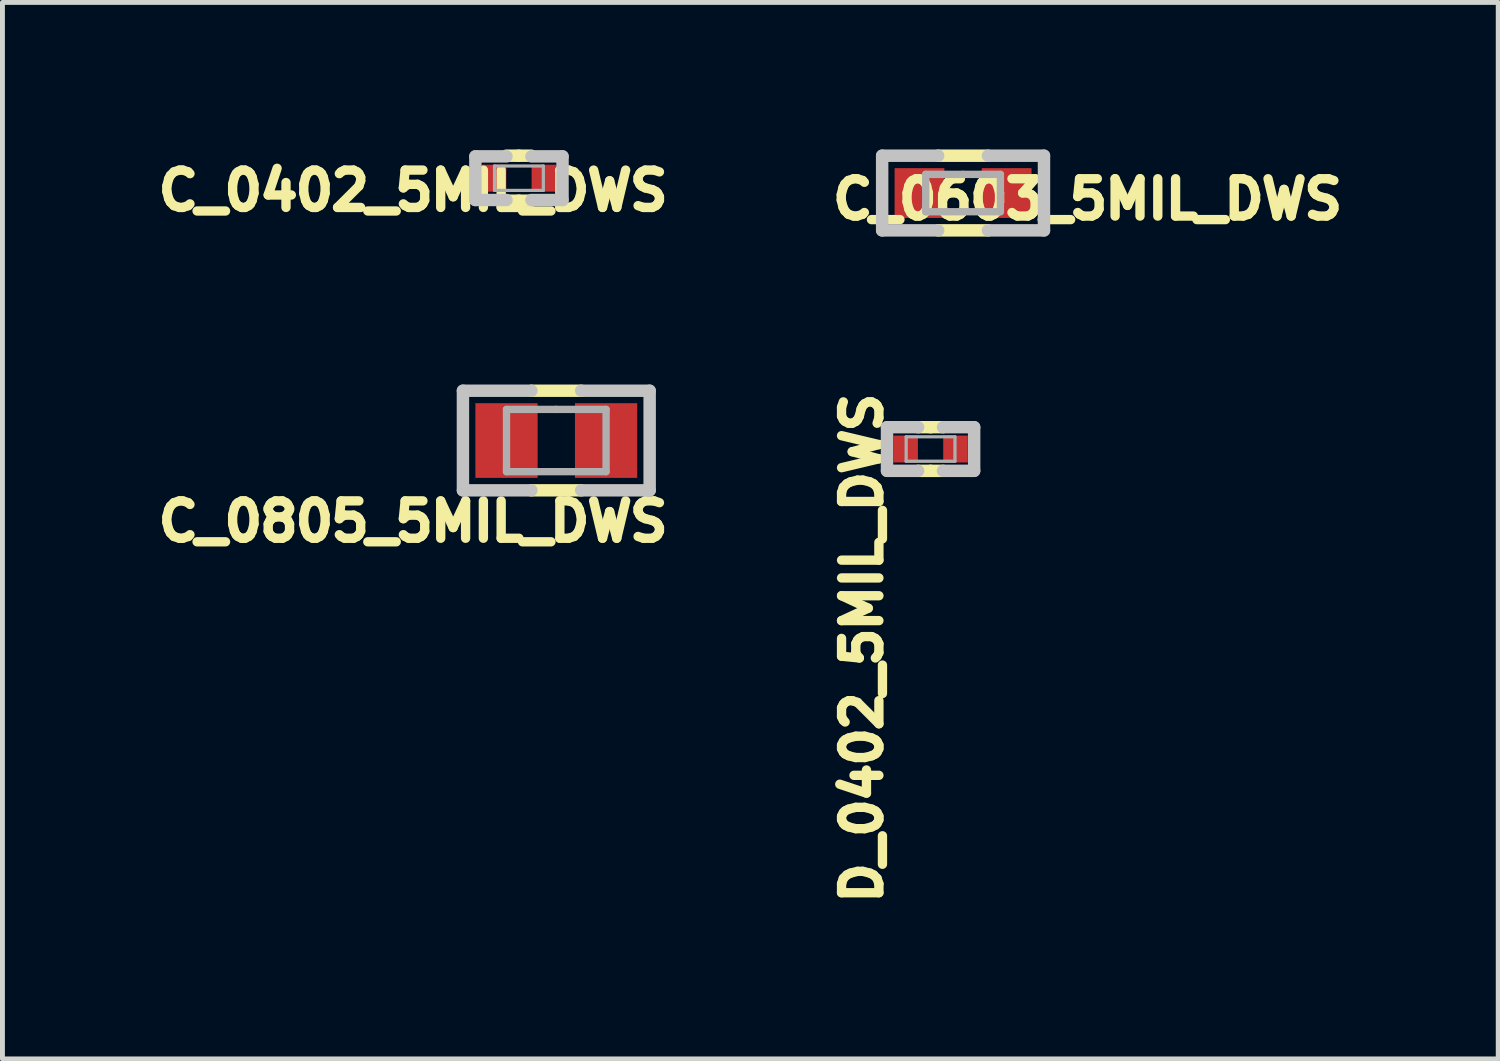
<source format=kicad_pcb>
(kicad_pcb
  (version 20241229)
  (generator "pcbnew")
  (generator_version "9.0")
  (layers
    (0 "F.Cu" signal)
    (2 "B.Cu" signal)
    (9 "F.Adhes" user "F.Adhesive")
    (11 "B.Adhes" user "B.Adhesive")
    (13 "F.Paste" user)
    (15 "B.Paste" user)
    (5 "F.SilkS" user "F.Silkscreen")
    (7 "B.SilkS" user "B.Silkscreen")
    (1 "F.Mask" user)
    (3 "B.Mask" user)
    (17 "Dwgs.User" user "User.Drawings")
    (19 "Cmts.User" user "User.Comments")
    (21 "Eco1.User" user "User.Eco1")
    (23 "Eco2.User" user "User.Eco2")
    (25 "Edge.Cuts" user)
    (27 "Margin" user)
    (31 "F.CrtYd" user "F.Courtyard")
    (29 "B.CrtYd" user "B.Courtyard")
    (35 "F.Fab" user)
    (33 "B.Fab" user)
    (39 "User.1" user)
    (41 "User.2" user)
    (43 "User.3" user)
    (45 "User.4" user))
  (footprint "D_0402_5MIL_DWS"
    (layer "F.Cu")
    (at 15.938 6.112)
    (property "Reference" "D_0402_5MIL_DWS" (at -1.397 4.064 90) (layer "F.SilkS") (effects (font (size 0.762 0.762) (thickness 0.191))))
    (attr smd)
    (fp_line (start 0 -0.445) (end -0.254 -0.445) (stroke (width 0.254) (type solid)) (layer "F.SilkS"))
    (fp_line (start 0 -0.445) (end 0.254 -0.445) (stroke (width 0.254) (type solid)) (layer "F.SilkS"))
    (fp_line (start 0 0.445) (end -0.254 0.445) (stroke (width 0.254) (type solid)) (layer "F.SilkS"))
    (fp_line (start 0 0.445) (end 0.254 0.445) (stroke (width 0.254) (type solid)) (layer "F.SilkS"))
    (fp_line (start -0.889 -0.445) (end -0.889 0.445) (stroke (width 0.254) (type solid)) (layer "Dwgs.User"))
    (fp_line (start -0.889 0.445) (end -0.254 0.445) (stroke (width 0.254) (type solid)) (layer "Dwgs.User"))
    (fp_line (start -0.254 -0.445) (end -0.889 -0.445) (stroke (width 0.254) (type solid)) (layer "Dwgs.User"))
    (fp_line (start 0.254 -0.445) (end 0.889 -0.445) (stroke (width 0.254) (type solid)) (layer "Dwgs.User"))
    (fp_line (start 0.889 -0.445) (end 0.889 0.445) (stroke (width 0.254) (type solid)) (layer "Dwgs.User"))
    (fp_line (start 0.889 0.445) (end 0.254 0.445) (stroke (width 0.254) (type solid)) (layer "Dwgs.User"))
    (fp_line (start -0.498 -0.249) (end 0.498 -0.249) (stroke (width 0.066) (type solid)) (layer "F.Fab"))
    (fp_line (start -0.498 0.249) (end -0.498 -0.249) (stroke (width 0.066) (type solid)) (layer "F.Fab"))
    (fp_line (start -0.498 0.249) (end 0.498 0.249) (stroke (width 0.066) (type solid)) (layer "F.Fab"))
    (fp_line (start 0.498 0.249) (end 0.498 -0.249) (stroke (width 0.066) (type solid)) (layer "F.Fab"))
    (pad "1" smd rect (at -0.508 0 180) (size 0.5 0.55) (layers "F.Cu" "F.Mask" "F.Paste"))
    (pad "2" smd rect (at 0.508 0) (size 0.5 0.55) (layers "F.Cu" "F.Mask" "F.Paste")))
  (footprint "C_0402_5MIL_DWS"
    (layer "F.Cu")
    (at 7.539 0.586)
    (property "Reference" "C_0402_5MIL_DWS" (at -2.159 0.254 0) (layer "F.SilkS") (effects (font (size 0.762 0.762) (thickness 0.191))))
    (attr smd)
    (fp_line (start -0.003 -0.459) (end -0.257 -0.459) (stroke (width 0.254) (type solid)) (layer "F.SilkS"))
    (fp_line (start -0.003 -0.459) (end 0.251 -0.459) (stroke (width 0.254) (type solid)) (layer "F.SilkS"))
    (fp_line (start -0.003 0.459) (end -0.257 0.459) (stroke (width 0.254) (type solid)) (layer "F.SilkS"))
    (fp_line (start -0.003 0.459) (end 0.251 0.459) (stroke (width 0.254) (type solid)) (layer "F.SilkS"))
    (fp_line (start -0.889 -0.445) (end -0.889 0.445) (stroke (width 0.254) (type solid)) (layer "Dwgs.User"))
    (fp_line (start -0.889 0.445) (end -0.254 0.445) (stroke (width 0.254) (type solid)) (layer "Dwgs.User"))
    (fp_line (start -0.254 -0.445) (end -0.889 -0.445) (stroke (width 0.254) (type solid)) (layer "Dwgs.User"))
    (fp_line (start 0.254 -0.445) (end 0.889 -0.445) (stroke (width 0.254) (type solid)) (layer "Dwgs.User"))
    (fp_line (start 0.889 -0.445) (end 0.889 0.445) (stroke (width 0.254) (type solid)) (layer "Dwgs.User"))
    (fp_line (start 0.889 0.445) (end 0.254 0.445) (stroke (width 0.254) (type solid)) (layer "Dwgs.User"))
    (fp_line (start -0.498 -0.249) (end 0.498 -0.249) (stroke (width 0.066) (type solid)) (layer "F.Fab"))
    (fp_line (start -0.498 0.249) (end -0.498 -0.249) (stroke (width 0.066) (type solid)) (layer "F.Fab"))
    (fp_line (start -0.498 0.249) (end 0.498 0.249) (stroke (width 0.066) (type solid)) (layer "F.Fab"))
    (fp_line (start 0.498 0.249) (end 0.498 -0.249) (stroke (width 0.066) (type solid)) (layer "F.Fab"))
    (pad "1" smd rect (at -0.508 0 180) (size 0.5 0.55) (layers "F.Cu" "F.Mask" "F.Paste"))
    (pad "2" smd rect (at 0.508 0) (size 0.5 0.55) (layers "F.Cu" "F.Mask" "F.Paste")))
  (footprint "C_0603_5MIL_DWS"
    (layer "F.Cu")
    (at 16.601 0.889)
    (property "Reference" "C_0603_5MIL_DWS" (at 2.54 0.127 0) (layer "F.SilkS") (effects (font (size 0.762 0.762) (thickness 0.191))))
    (attr smd)
    (fp_line (start -0.508 -0.762) (end 0.508 -0.762) (stroke (width 0.254) (type solid)) (layer "F.SilkS"))
    (fp_line (start -0.508 0.762) (end 0.508 0.762) (stroke (width 0.254) (type solid)) (layer "F.SilkS"))
    (fp_line (start -1.651 -0.762) (end -1.651 0.762) (stroke (width 0.254) (type solid)) (layer "Dwgs.User"))
    (fp_line (start -1.651 0.762) (end -0.508 0.762) (stroke (width 0.254) (type solid)) (layer "Dwgs.User"))
    (fp_line (start -0.508 -0.762) (end -1.651 -0.762) (stroke (width 0.254) (type solid)) (layer "Dwgs.User"))
    (fp_line (start 0.508 -0.762) (end 1.651 -0.762) (stroke (width 0.254) (type solid)) (layer "Dwgs.User"))
    (fp_line (start 1.651 -0.762) (end 1.651 0.762) (stroke (width 0.254) (type solid)) (layer "Dwgs.User"))
    (fp_line (start 1.651 0.762) (end 0.508 0.762) (stroke (width 0.254) (type solid)) (layer "Dwgs.User"))
    (fp_line (start -0.762 -0.381) (end -0.762 0.381) (stroke (width 0.15) (type solid)) (layer "F.Fab"))
    (fp_line (start -0.762 0.381) (end 0.762 0.381) (stroke (width 0.15) (type solid)) (layer "F.Fab"))
    (fp_line (start 0 -0.381) (end -0.762 -0.381) (stroke (width 0.15) (type solid)) (layer "F.Fab"))
    (fp_line (start 0.762 -0.381) (end 0 -0.381) (stroke (width 0.15) (type solid)) (layer "F.Fab"))
    (fp_line (start 0.762 0.381) (end 0.762 -0.381) (stroke (width 0.15) (type solid)) (layer "F.Fab"))
    (pad "1" smd rect (at -0.889 0) (size 1.016 1.016) (layers "F.Cu" "F.Mask" "F.Paste"))
    (pad "2" smd rect (at 0.889 0) (size 1.016 1.016) (layers "F.Cu" "F.Mask" "F.Paste")))
  (footprint "C_0805_5MIL_DWS"
    (layer "F.Cu")
    (at 8.301 5.939)
    (property "Reference" "C_0805_5MIL_DWS" (at -2.921 1.651 180) (layer "F.SilkS") (effects (font (size 0.762 0.762) (thickness 0.191))))
    (attr smd)
    (fp_line (start -0.508 -1.016) (end 0.508 -1.016) (stroke (width 0.254) (type solid)) (layer "F.SilkS"))
    (fp_line (start -0.508 1.016) (end 0.508 1.016) (stroke (width 0.254) (type solid)) (layer "F.SilkS"))
    (fp_line (start -1.905 -1.016) (end -1.905 1.016) (stroke (width 0.254) (type solid)) (layer "Dwgs.User"))
    (fp_line (start -0.508 -1.016) (end -1.905 -1.016) (stroke (width 0.254) (type solid)) (layer "Dwgs.User"))
    (fp_line (start -0.508 1.016) (end -1.905 1.016) (stroke (width 0.254) (type solid)) (layer "Dwgs.User"))
    (fp_line (start 1.905 -1.016) (end 0.508 -1.016) (stroke (width 0.254) (type solid)) (layer "Dwgs.User"))
    (fp_line (start 1.905 -1.016) (end 1.905 1.016) (stroke (width 0.254) (type solid)) (layer "Dwgs.User"))
    (fp_line (start 1.905 1.016) (end 0.508 1.016) (stroke (width 0.254) (type solid)) (layer "Dwgs.User"))
    (fp_line (start -1.016 -0.635) (end 0 -0.635) (stroke (width 0.15) (type solid)) (layer "F.Fab"))
    (fp_line (start -1.016 0.635) (end -1.016 -0.635) (stroke (width 0.15) (type solid)) (layer "F.Fab"))
    (fp_line (start 0 -0.635) (end 1.016 -0.635) (stroke (width 0.15) (type solid)) (layer "F.Fab"))
    (fp_line (start 1.016 -0.635) (end 1.016 0.635) (stroke (width 0.15) (type solid)) (layer "F.Fab"))
    (fp_line (start 1.016 0.635) (end -1.016 0.635) (stroke (width 0.15) (type solid)) (layer "F.Fab"))
    (pad "1" smd rect (at -1.016 0 90) (size 1.524 1.27) (layers "F.Cu" "F.Mask" "F.Paste"))
    (pad "2" smd rect (at 1.016 0 90) (size 1.524 1.27) (layers "F.Cu" "F.Mask" "F.Paste")))
  (gr_rect
    (start -3 -3)
    (end 27.521 18.557)
    (stroke (width 0.1) (type default))
    (fill no)
    (layer "Edge.Cuts")))
</source>
